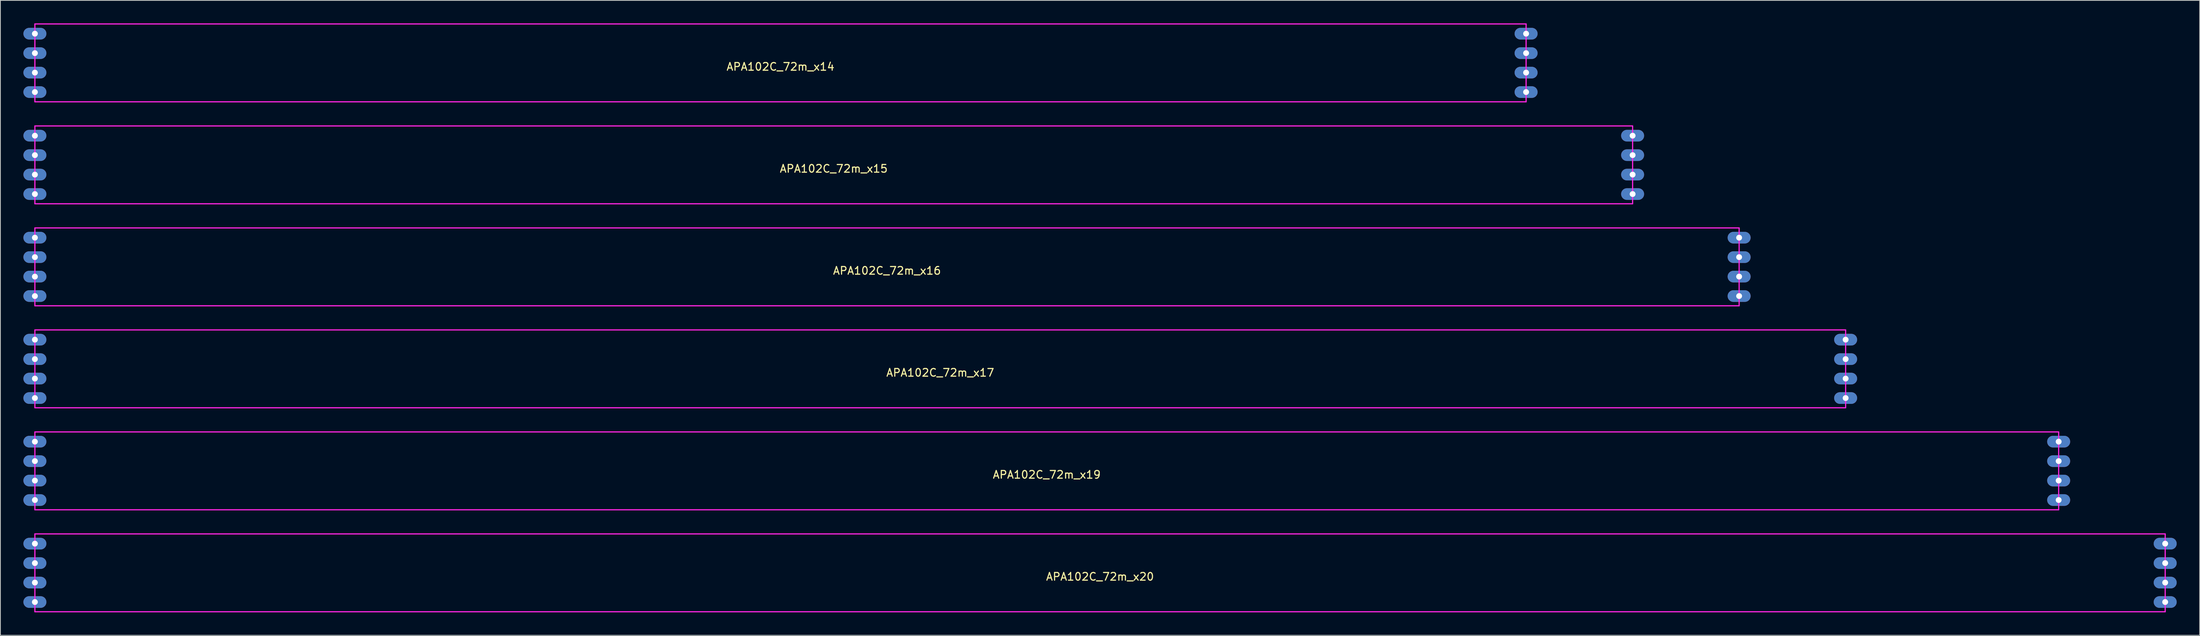
<source format=kicad_pcb>
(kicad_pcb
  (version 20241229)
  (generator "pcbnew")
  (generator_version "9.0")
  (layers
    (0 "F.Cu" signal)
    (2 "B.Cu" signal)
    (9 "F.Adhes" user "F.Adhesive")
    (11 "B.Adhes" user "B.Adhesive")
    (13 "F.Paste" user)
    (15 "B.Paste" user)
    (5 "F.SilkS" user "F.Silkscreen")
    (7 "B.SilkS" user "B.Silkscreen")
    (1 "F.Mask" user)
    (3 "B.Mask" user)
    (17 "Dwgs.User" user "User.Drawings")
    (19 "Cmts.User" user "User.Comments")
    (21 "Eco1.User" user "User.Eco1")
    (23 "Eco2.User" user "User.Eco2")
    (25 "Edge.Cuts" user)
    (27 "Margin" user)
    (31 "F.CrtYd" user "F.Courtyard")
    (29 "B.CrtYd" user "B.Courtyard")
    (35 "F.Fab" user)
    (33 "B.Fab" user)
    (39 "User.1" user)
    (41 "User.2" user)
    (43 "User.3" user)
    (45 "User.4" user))
  (footprint "APA102C_72m_x20"
    (layer "F.Cu")
    (at 140.389 71.705)
    (property "Reference" "APA102C_72m_x20" (at 0 0.5 0) (layer "F.SilkS") (effects (font (size 1 1) (thickness 0.15))))
    (attr through_hole)
    (fp_line (start -138.889 -5.08) (end -138.889 5.08) (stroke (width 0.15) (type solid)) (layer "F.CrtYd"))
    (fp_line (start -138.889 5.08) (end 138.889 5.08) (stroke (width 0.15) (type solid)) (layer "F.CrtYd"))
    (fp_line (start 138.889 -5.08) (end -138.889 -5.08) (stroke (width 0.15) (type solid)) (layer "F.CrtYd"))
    (fp_line (start 138.889 5.08) (end 138.889 -5.08) (stroke (width 0.15) (type solid)) (layer "F.CrtYd"))
    (pad "1" thru_hole oval (at -138.889 -3.81) (size 3 1.524) (drill 0.762) (layers "*.Cu" "*.Mask"))
    (pad "2" thru_hole oval (at -138.889 -1.27) (size 3 1.524) (drill 0.762) (layers "*.Cu" "*.Mask"))
    (pad "3" thru_hole oval (at -138.889 1.27) (size 3 1.524) (drill 0.762) (layers "*.Cu" "*.Mask"))
    (pad "4" thru_hole oval (at -138.889 3.81) (size 3 1.524) (drill 0.762) (layers "*.Cu" "*.Mask"))
    (pad "5" thru_hole oval (at 138.889 -3.81) (size 3 1.524) (drill 0.762) (layers "*.Cu" "*.Mask"))
    (pad "6" thru_hole oval (at 138.889 -1.27) (size 3 1.524) (drill 0.762) (layers "*.Cu" "*.Mask"))
    (pad "7" thru_hole oval (at 138.889 1.27) (size 3 1.524) (drill 0.762) (layers "*.Cu" "*.Mask"))
    (pad "8" thru_hole oval (at 138.889 3.81) (size 3 1.524) (drill 0.762) (layers "*.Cu" "*.Mask")))
  (footprint "APA102C_72m_x16"
    (layer "F.Cu")
    (at 112.611 31.775)
    (property "Reference" "APA102C_72m_x16" (at 0 0.5 0) (layer "F.SilkS") (effects (font (size 1 1) (thickness 0.15))))
    (attr through_hole)
    (fp_line (start -111.111 -5.08) (end -111.111 5.08) (stroke (width 0.15) (type solid)) (layer "F.CrtYd"))
    (fp_line (start -111.111 5.08) (end 111.111 5.08) (stroke (width 0.15) (type solid)) (layer "F.CrtYd"))
    (fp_line (start 111.111 -5.08) (end -111.111 -5.08) (stroke (width 0.15) (type solid)) (layer "F.CrtYd"))
    (fp_line (start 111.111 5.08) (end 111.111 -5.08) (stroke (width 0.15) (type solid)) (layer "F.CrtYd"))
    (pad "1" thru_hole oval (at -111.111 -3.81) (size 3 1.524) (drill 0.762) (layers "*.Cu" "*.Mask"))
    (pad "2" thru_hole oval (at -111.111 -1.27) (size 3 1.524) (drill 0.762) (layers "*.Cu" "*.Mask"))
    (pad "3" thru_hole oval (at -111.111 1.27) (size 3 1.524) (drill 0.762) (layers "*.Cu" "*.Mask"))
    (pad "4" thru_hole oval (at -111.111 3.81) (size 3 1.524) (drill 0.762) (layers "*.Cu" "*.Mask"))
    (pad "5" thru_hole oval (at 111.111 -3.81) (size 3 1.524) (drill 0.762) (layers "*.Cu" "*.Mask"))
    (pad "6" thru_hole oval (at 111.111 -1.27) (size 3 1.524) (drill 0.762) (layers "*.Cu" "*.Mask"))
    (pad "7" thru_hole oval (at 111.111 1.27) (size 3 1.524) (drill 0.762) (layers "*.Cu" "*.Mask"))
    (pad "8" thru_hole oval (at 111.111 3.81) (size 3 1.524) (drill 0.762) (layers "*.Cu" "*.Mask")))
  (footprint "APA102C_72m_x17"
    (layer "F.Cu")
    (at 119.555 45.085)
    (property "Reference" "APA102C_72m_x17" (at 0 0.5 0) (layer "F.SilkS") (effects (font (size 1 1) (thickness 0.15))))
    (attr through_hole)
    (fp_line (start -118.055 -5.08) (end -118.055 5.08) (stroke (width 0.15) (type solid)) (layer "F.CrtYd"))
    (fp_line (start -118.055 5.08) (end 118.055 5.08) (stroke (width 0.15) (type solid)) (layer "F.CrtYd"))
    (fp_line (start 118.055 -5.08) (end -118.055 -5.08) (stroke (width 0.15) (type solid)) (layer "F.CrtYd"))
    (fp_line (start 118.055 5.08) (end 118.055 -5.08) (stroke (width 0.15) (type solid)) (layer "F.CrtYd"))
    (pad "1" thru_hole oval (at -118.055 -3.81) (size 3 1.524) (drill 0.762) (layers "*.Cu" "*.Mask"))
    (pad "2" thru_hole oval (at -118.055 -1.27) (size 3 1.524) (drill 0.762) (layers "*.Cu" "*.Mask"))
    (pad "3" thru_hole oval (at -118.055 1.27) (size 3 1.524) (drill 0.762) (layers "*.Cu" "*.Mask"))
    (pad "4" thru_hole oval (at -118.055 3.81) (size 3 1.524) (drill 0.762) (layers "*.Cu" "*.Mask"))
    (pad "5" thru_hole oval (at 118.055 -3.81) (size 3 1.524) (drill 0.762) (layers "*.Cu" "*.Mask"))
    (pad "6" thru_hole oval (at 118.055 -1.27) (size 3 1.524) (drill 0.762) (layers "*.Cu" "*.Mask"))
    (pad "7" thru_hole oval (at 118.055 1.27) (size 3 1.524) (drill 0.762) (layers "*.Cu" "*.Mask"))
    (pad "8" thru_hole oval (at 118.055 3.81) (size 3 1.524) (drill 0.762) (layers "*.Cu" "*.Mask")))
  (footprint "APA102C_72m_x15"
    (layer "F.Cu")
    (at 105.667 18.465)
    (property "Reference" "APA102C_72m_x15" (at 0 0.5 0) (layer "F.SilkS") (effects (font (size 1 1) (thickness 0.15))))
    (attr through_hole)
    (fp_line (start -104.167 -5.08) (end -104.167 5.08) (stroke (width 0.15) (type solid)) (layer "F.CrtYd"))
    (fp_line (start -104.167 5.08) (end 104.167 5.08) (stroke (width 0.15) (type solid)) (layer "F.CrtYd"))
    (fp_line (start 104.167 -5.08) (end -104.167 -5.08) (stroke (width 0.15) (type solid)) (layer "F.CrtYd"))
    (fp_line (start 104.167 5.08) (end 104.167 -5.08) (stroke (width 0.15) (type solid)) (layer "F.CrtYd"))
    (pad "1" thru_hole oval (at -104.167 -3.81) (size 3 1.524) (drill 0.762) (layers "*.Cu" "*.Mask"))
    (pad "2" thru_hole oval (at -104.167 -1.27) (size 3 1.524) (drill 0.762) (layers "*.Cu" "*.Mask"))
    (pad "3" thru_hole oval (at -104.167 1.27) (size 3 1.524) (drill 0.762) (layers "*.Cu" "*.Mask"))
    (pad "4" thru_hole oval (at -104.167 3.81) (size 3 1.524) (drill 0.762) (layers "*.Cu" "*.Mask"))
    (pad "5" thru_hole oval (at 104.167 -3.81) (size 3 1.524) (drill 0.762) (layers "*.Cu" "*.Mask"))
    (pad "6" thru_hole oval (at 104.167 -1.27) (size 3 1.524) (drill 0.762) (layers "*.Cu" "*.Mask"))
    (pad "7" thru_hole oval (at 104.167 1.27) (size 3 1.524) (drill 0.762) (layers "*.Cu" "*.Mask"))
    (pad "8" thru_hole oval (at 104.167 3.81) (size 3 1.524) (drill 0.762) (layers "*.Cu" "*.Mask")))
  (footprint "APA102C_72m_x14"
    (layer "F.Cu")
    (at 98.722 5.155)
    (property "Reference" "APA102C_72m_x14" (at 0 0.5 0) (layer "F.SilkS") (effects (font (size 1 1) (thickness 0.15))))
    (attr through_hole)
    (fp_line (start -97.222 -5.08) (end -97.222 5.08) (stroke (width 0.15) (type solid)) (layer "F.CrtYd"))
    (fp_line (start -97.222 5.08) (end 97.222 5.08) (stroke (width 0.15) (type solid)) (layer "F.CrtYd"))
    (fp_line (start 97.222 -5.08) (end -97.222 -5.08) (stroke (width 0.15) (type solid)) (layer "F.CrtYd"))
    (fp_line (start 97.222 5.08) (end 97.222 -5.08) (stroke (width 0.15) (type solid)) (layer "F.CrtYd"))
    (pad "1" thru_hole oval (at -97.222 -3.81) (size 3 1.524) (drill 0.762) (layers "*.Cu" "*.Mask"))
    (pad "2" thru_hole oval (at -97.222 -1.27) (size 3 1.524) (drill 0.762) (layers "*.Cu" "*.Mask"))
    (pad "3" thru_hole oval (at -97.222 1.27) (size 3 1.524) (drill 0.762) (layers "*.Cu" "*.Mask"))
    (pad "4" thru_hole oval (at -97.222 3.81) (size 3 1.524) (drill 0.762) (layers "*.Cu" "*.Mask"))
    (pad "5" thru_hole oval (at 97.222 -3.81) (size 3 1.524) (drill 0.762) (layers "*.Cu" "*.Mask"))
    (pad "6" thru_hole oval (at 97.222 -1.27) (size 3 1.524) (drill 0.762) (layers "*.Cu" "*.Mask"))
    (pad "7" thru_hole oval (at 97.222 1.27) (size 3 1.524) (drill 0.762) (layers "*.Cu" "*.Mask"))
    (pad "8" thru_hole oval (at 97.222 3.81) (size 3 1.524) (drill 0.762) (layers "*.Cu" "*.Mask")))
  (footprint "APA102C_72m_x19"
    (layer "F.Cu")
    (at 133.444 58.395)
    (property "Reference" "APA102C_72m_x19" (at 0 0.5 0) (layer "F.SilkS") (effects (font (size 1 1) (thickness 0.15))))
    (attr through_hole)
    (fp_line (start -131.944 -5.08) (end -131.944 5.08) (stroke (width 0.15) (type solid)) (layer "F.CrtYd"))
    (fp_line (start -131.944 5.08) (end 131.944 5.08) (stroke (width 0.15) (type solid)) (layer "F.CrtYd"))
    (fp_line (start 131.944 -5.08) (end -131.944 -5.08) (stroke (width 0.15) (type solid)) (layer "F.CrtYd"))
    (fp_line (start 131.944 5.08) (end 131.944 -5.08) (stroke (width 0.15) (type solid)) (layer "F.CrtYd"))
    (pad "1" thru_hole oval (at -131.944 -3.81) (size 3 1.524) (drill 0.762) (layers "*.Cu" "*.Mask"))
    (pad "2" thru_hole oval (at -131.944 -1.27) (size 3 1.524) (drill 0.762) (layers "*.Cu" "*.Mask"))
    (pad "3" thru_hole oval (at -131.944 1.27) (size 3 1.524) (drill 0.762) (layers "*.Cu" "*.Mask"))
    (pad "4" thru_hole oval (at -131.944 3.81) (size 3 1.524) (drill 0.762) (layers "*.Cu" "*.Mask"))
    (pad "5" thru_hole oval (at 131.944 -3.81) (size 3 1.524) (drill 0.762) (layers "*.Cu" "*.Mask"))
    (pad "6" thru_hole oval (at 131.944 -1.27) (size 3 1.524) (drill 0.762) (layers "*.Cu" "*.Mask"))
    (pad "7" thru_hole oval (at 131.944 1.27) (size 3 1.524) (drill 0.762) (layers "*.Cu" "*.Mask"))
    (pad "8" thru_hole oval (at 131.944 3.81) (size 3 1.524) (drill 0.762) (layers "*.Cu" "*.Mask")))
  (gr_rect
    (start -3 -3)
    (end 283.778 79.86)
    (stroke (width 0.1) (type default))
    (fill no)
    (layer "Edge.Cuts")))
</source>
